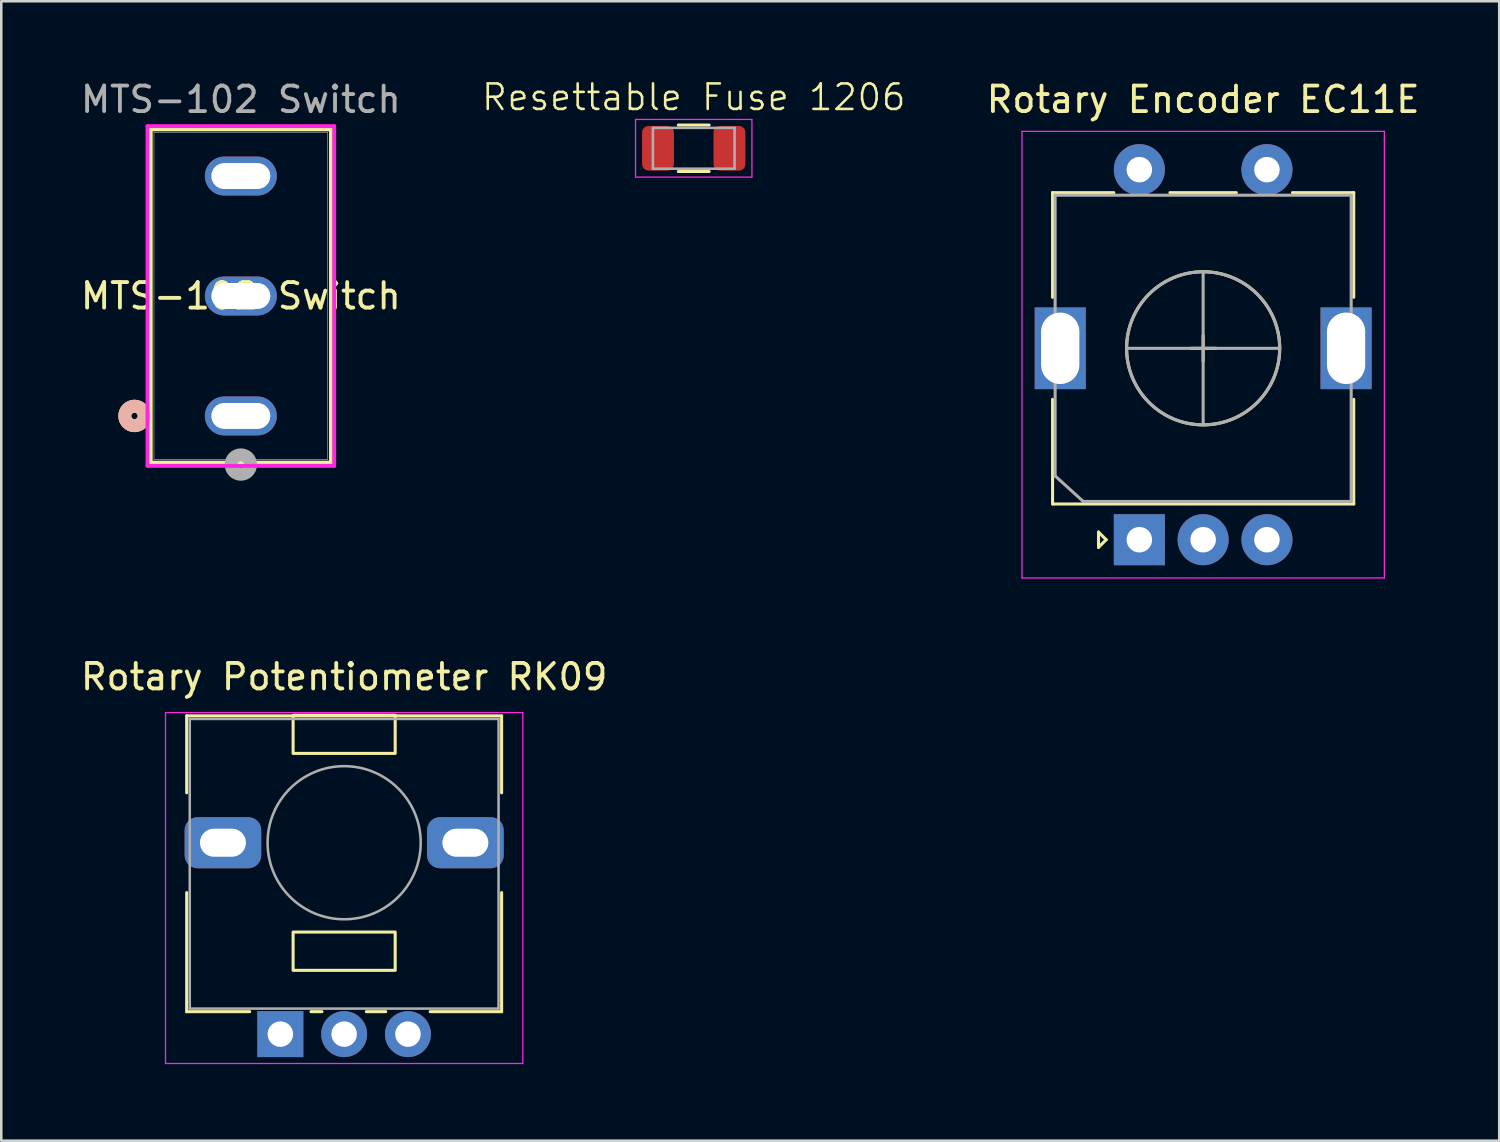
<source format=kicad_pcb>
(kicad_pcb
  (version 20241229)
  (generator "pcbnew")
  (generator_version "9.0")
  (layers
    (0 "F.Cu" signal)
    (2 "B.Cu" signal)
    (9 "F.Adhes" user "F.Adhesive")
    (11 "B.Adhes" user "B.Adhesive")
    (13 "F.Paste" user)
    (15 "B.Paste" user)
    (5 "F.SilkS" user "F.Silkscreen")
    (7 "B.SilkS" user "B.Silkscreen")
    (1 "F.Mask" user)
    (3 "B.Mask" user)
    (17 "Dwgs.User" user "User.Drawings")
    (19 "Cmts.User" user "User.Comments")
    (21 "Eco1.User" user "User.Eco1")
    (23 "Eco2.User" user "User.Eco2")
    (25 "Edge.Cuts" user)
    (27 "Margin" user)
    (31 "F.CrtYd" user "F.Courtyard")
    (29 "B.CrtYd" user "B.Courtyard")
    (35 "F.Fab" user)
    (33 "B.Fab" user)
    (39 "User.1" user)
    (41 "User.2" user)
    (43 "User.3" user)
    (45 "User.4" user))
  (footprint "Rotary Potentiometer RK09"
    (layer "F.Cu")
    (at 10.435 29.971)
    (property "Reference" "Rotary Potentiometer RK09" (at 0 -6.5 0) (layer "F.SilkS") (effects (font (size 1 1) (thickness 0.15))))
    (attr through_hole)
    (fp_line (start -6.17 -4.97) (end 6.17 -4.97) (stroke (width 0.12) (type solid)) (layer "F.SilkS"))
    (fp_line (start -6.17 -1.955) (end -6.17 -4.97) (stroke (width 0.12) (type solid)) (layer "F.SilkS"))
    (fp_line (start -6.17 6.62) (end -6.17 1.954) (stroke (width 0.12) (type solid)) (layer "F.SilkS"))
    (fp_line (start -6.17 6.62) (end -3.7 6.62) (stroke (width 0.12) (type solid)) (layer "F.SilkS"))
    (fp_line (start -1.3 6.62) (end -0.87 6.62) (stroke (width 0.12) (type solid)) (layer "F.SilkS"))
    (fp_line (start 0.871 6.62) (end 1.63 6.62) (stroke (width 0.12) (type solid)) (layer "F.SilkS"))
    (fp_line (start 3.37 6.62) (end 6.17 6.62) (stroke (width 0.12) (type solid)) (layer "F.SilkS"))
    (fp_line (start 6.17 -1.955) (end 6.17 -4.97) (stroke (width 0.12) (type solid)) (layer "F.SilkS"))
    (fp_line (start 6.17 6.62) (end 6.17 1.954) (stroke (width 0.12) (type solid)) (layer "F.SilkS"))
    (fp_rect (start -2 -5) (end 2 -3.5) (stroke (width 0.12) (type solid)) (fill no) (layer "F.SilkS"))
    (fp_rect (start -2 3.5) (end 2 5) (stroke (width 0.12) (type solid)) (fill no) (layer "F.SilkS"))
    (fp_line (start -7 -5.1) (end -7 8.65) (stroke (width 0.05) (type solid)) (layer "F.CrtYd"))
    (fp_line (start -7 8.65) (end 7 8.65) (stroke (width 0.05) (type solid)) (layer "F.CrtYd"))
    (fp_line (start 7 -5.1) (end -7 -5.1) (stroke (width 0.05) (type solid)) (layer "F.CrtYd"))
    (fp_line (start 7 8.65) (end 7 -5.1) (stroke (width 0.05) (type solid)) (layer "F.CrtYd"))
    (fp_line (start -6.05 -4.85) (end -6.05 6.5) (stroke (width 0.1) (type solid)) (layer "F.Fab"))
    (fp_line (start -6.05 6.5) (end 6.05 6.5) (stroke (width 0.1) (type solid)) (layer "F.Fab"))
    (fp_line (start 6.05 -4.85) (end -6.05 -4.85) (stroke (width 0.1) (type solid)) (layer "F.Fab"))
    (fp_line (start 6.05 6.5) (end 6.05 -4.85) (stroke (width 0.1) (type solid)) (layer "F.Fab"))
    (fp_circle (center 0 0) (end 0 -3) (stroke (width 0.1) (type solid)) (fill no) (layer "F.Fab"))
    (pad "1" thru_hole rect (at -2.5 7.5 90) (size 1.8 1.8) (drill 1) (layers "*.Cu" "*.Mask"))
    (pad "2" thru_hole circle (at 0 7.5 90) (size 1.8 1.8) (drill 1) (layers "*.Cu" "*.Mask"))
    (pad "3" thru_hole circle (at 2.5 7.5 90) (size 1.8 1.8) (drill 1) (layers "*.Cu" "*.Mask"))
    (pad "MP" thru_hole roundrect (at -4.75 0 90) (size 2 3) (drill oval 1.1 1.8) (layers "*.Cu" "*.Mask") (roundrect_rratio 0.25))
    (pad "MP" thru_hole roundrect (at 4.75 0 90) (size 2 3) (drill oval 1.1 1.8) (layers "*.Cu" "*.Mask") (roundrect_rratio 0.25))
    (zone (net_name "") (layer "F.Cu") (name "Copper Keep Out") (hatch full 0.508) (connect_pads) (min_thickness 0.254) (filled_areas_thickness no) (keepout (tracks not_allowed) (vias not_allowed) (pads not_allowed) (copperpour not_allowed) (footprints not_allowed)) (placement (enabled no)) (fill) (polygon (pts (xy 12.435 25.072) (xy 12.435 26.471) (xy 8.435 26.471) (xy 8.435 25.072))))
    (zone (net_name "") (layer "F.Cu") (name "Copper Keep Out") (hatch full 0.508) (connect_pads) (min_thickness 0.254) (filled_areas_thickness no) (keepout (tracks not_allowed) (vias not_allowed) (pads not_allowed) (copperpour not_allowed) (footprints not_allowed)) (placement (enabled no)) (fill) (polygon (pts (xy 12.435 33.471) (xy 12.435 34.971) (xy 8.435 34.971) (xy 8.435 33.471)))))
  (footprint "Rotary Encoder EC11E"
    (layer "F.Cu")
    (at 44.094 10.598)
    (property "Reference" "Rotary Encoder EC11E" (at 0 -9.75 180) (layer "F.SilkS") (effects (font (size 1 1) (thickness 0.15))))
    (attr through_hole)
    (fp_line (start -5.9 -6.1) (end -3.5 -6.1) (stroke (width 0.12) (type solid)) (layer "F.SilkS"))
    (fp_line (start -5.9 -2) (end -5.9 -6.1) (stroke (width 0.12) (type solid)) (layer "F.SilkS"))
    (fp_line (start -5.9 2) (end -5.9 6.1) (stroke (width 0.12) (type solid)) (layer "F.SilkS"))
    (fp_line (start -5.9 6.1) (end 5.9 6.1) (stroke (width 0.12) (type solid)) (layer "F.SilkS"))
    (fp_line (start -4.1 7.2) (end -3.8 7.5) (stroke (width 0.12) (type solid)) (layer "F.SilkS"))
    (fp_line (start -4.1 7.8) (end -4.1 7.2) (stroke (width 0.12) (type solid)) (layer "F.SilkS"))
    (fp_line (start -3.8 7.5) (end -4.1 7.8) (stroke (width 0.12) (type solid)) (layer "F.SilkS"))
    (fp_line (start -1.3 -6.1) (end 1.3 -6.1) (stroke (width 0.12) (type solid)) (layer "F.SilkS"))
    (fp_line (start -0.5 0) (end 0.5 0) (stroke (width 0.12) (type solid)) (layer "F.SilkS"))
    (fp_line (start 0 0.5) (end 0 -0.5) (stroke (width 0.12) (type solid)) (layer "F.SilkS"))
    (fp_line (start 3.5 -6.1) (end 5.9 -6.1) (stroke (width 0.12) (type solid)) (layer "F.SilkS"))
    (fp_line (start 5.9 -6.1) (end 5.9 -2) (stroke (width 0.12) (type solid)) (layer "F.SilkS"))
    (fp_line (start 5.9 2) (end 5.9 6.1) (stroke (width 0.12) (type solid)) (layer "F.SilkS"))
    (fp_circle (center 0 0) (end 0 -3) (stroke (width 0.12) (type solid)) (fill no) (layer "F.SilkS"))
    (fp_line (start -7.1 9) (end -7.1 -8.5) (stroke (width 0.05) (type solid)) (layer "F.CrtYd"))
    (fp_line (start -7.1 9) (end 7.1 9) (stroke (width 0.05) (type solid)) (layer "F.CrtYd"))
    (fp_line (start 7.1 -8.5) (end -7.1 -8.5) (stroke (width 0.05) (type solid)) (layer "F.CrtYd"))
    (fp_line (start 7.1 -8.5) (end 7.1 9) (stroke (width 0.05) (type solid)) (layer "F.CrtYd"))
    (fp_line (start -5.8 -6) (end 5.8 -6) (stroke (width 0.12) (type solid)) (layer "F.Fab"))
    (fp_line (start -5.8 5) (end -5.8 -6) (stroke (width 0.12) (type solid)) (layer "F.Fab"))
    (fp_line (start -4.7 6) (end -5.8 5) (stroke (width 0.12) (type solid)) (layer "F.Fab"))
    (fp_line (start -3 0) (end 3 0) (stroke (width 0.12) (type solid)) (layer "F.Fab"))
    (fp_line (start 0 3) (end 0 -3) (stroke (width 0.12) (type solid)) (layer "F.Fab"))
    (fp_line (start 5.8 -6) (end 5.8 6) (stroke (width 0.12) (type solid)) (layer "F.Fab"))
    (fp_line (start 5.8 6) (end -4.7 6) (stroke (width 0.12) (type solid)) (layer "F.Fab"))
    (fp_circle (center 0 0) (end 0 -3) (stroke (width 0.12) (type solid)) (fill no) (layer "F.Fab"))
    (pad "1" thru_hole rect (at -2.5 7.5 90) (size 2 2) (drill 1) (layers "*.Cu" "*.Mask"))
    (pad "2" thru_hole circle (at 0 7.5 90) (size 2 2) (drill 1) (layers "*.Cu" "*.Mask"))
    (pad "3" thru_hole circle (at 2.5 7.5 90) (size 2 2) (drill 1) (layers "*.Cu" "*.Mask"))
    (pad "4" thru_hole circle (at -2.5 -7 90) (size 2 2) (drill 1) (layers "*.Cu" "*.Mask"))
    (pad "5" thru_hole circle (at 2.5 -7 90) (size 2 2) (drill 1) (layers "*.Cu" "*.Mask"))
    (pad "MP" thru_hole rect (at -5.6 0 90) (size 3.2 2) (drill oval 2.8 1.5) (layers "*.Cu" "*.Mask"))
    (pad "MP" thru_hole rect (at 5.6 0 90) (size 3.2 2) (drill oval 2.8 1.5) (layers "*.Cu" "*.Mask")))
  (footprint "Resettable Fuse 1206"
    (layer "F.Cu")
    (at 24.133 2.76)
    (property "Reference" "Resettable Fuse 1206" (at 0 -2 0) (unlocked yes) (layer "F.SilkS") (effects (font (size 1 1) (thickness 0.1))))
    (attr smd)
    (fp_line (start -0.602 -0.91) (end 0.602 -0.91) (stroke (width 0.12) (type solid)) (layer "F.SilkS"))
    (fp_line (start -0.602 0.91) (end 0.602 0.91) (stroke (width 0.12) (type solid)) (layer "F.SilkS"))
    (fp_line (start -2.28 -1.13) (end 2.28 -1.13) (stroke (width 0.05) (type solid)) (layer "F.CrtYd"))
    (fp_line (start -2.28 1.13) (end -2.28 -1.13) (stroke (width 0.05) (type solid)) (layer "F.CrtYd"))
    (fp_line (start 2.28 -1.13) (end 2.28 1.13) (stroke (width 0.05) (type solid)) (layer "F.CrtYd"))
    (fp_line (start 2.28 1.13) (end -2.28 1.13) (stroke (width 0.05) (type solid)) (layer "F.CrtYd"))
    (fp_line (start -1.6 -0.8) (end 1.6 -0.8) (stroke (width 0.1) (type solid)) (layer "F.Fab"))
    (fp_line (start -1.6 0.8) (end -1.6 -0.8) (stroke (width 0.1) (type solid)) (layer "F.Fab"))
    (fp_line (start 1.6 -0.8) (end 1.6 0.8) (stroke (width 0.1) (type solid)) (layer "F.Fab"))
    (fp_line (start 1.6 0.8) (end -1.6 0.8) (stroke (width 0.1) (type solid)) (layer "F.Fab"))
    (pad "1" smd roundrect (at -1.4 0) (size 1.25 1.75) (layers "F.Cu" "F.Mask" "F.Paste") (roundrect_rratio 0.2))
    (pad "2" smd roundrect (at 1.4 0) (size 1.25 1.75) (layers "F.Cu" "F.Mask" "F.Paste") (roundrect_rratio 0.2)))
  (footprint "MTS-102 Switch"
    (layer "F.Cu")
    (at 6.387 13.248)
    (property "Reference" "MTS-102 Switch" (at 0 -4.7 0) (unlocked yes) (layer "F.SilkS") (effects (font (size 1 1) (thickness 0.15))))
    (attr through_hole)
    (fp_line (start -3.531 -11.228) (end -3.531 1.828) (stroke (width 0.152) (type solid)) (layer "F.SilkS"))
    (fp_line (start -3.531 1.828) (end 3.531 1.828) (stroke (width 0.152) (type solid)) (layer "F.SilkS"))
    (fp_line (start 3.531 -11.228) (end -3.531 -11.228) (stroke (width 0.152) (type solid)) (layer "F.SilkS"))
    (fp_line (start 3.531 1.828) (end 3.531 -11.228) (stroke (width 0.152) (type solid)) (layer "F.SilkS"))
    (fp_circle (center -4.166 0) (end -3.785 0) (stroke (width 0.508) (type solid)) (fill no) (layer "F.SilkS"))
    (fp_circle (center -4.166 0) (end -3.785 0) (stroke (width 0.508) (type solid)) (fill no) (layer "B.SilkS"))
    (fp_line (start -3.658 -11.355) (end -3.658 1.955) (stroke (width 0.152) (type solid)) (layer "F.CrtYd"))
    (fp_line (start -3.658 1.955) (end 3.658 1.955) (stroke (width 0.152) (type solid)) (layer "F.CrtYd"))
    (fp_line (start 3.658 -11.355) (end -3.658 -11.355) (stroke (width 0.152) (type solid)) (layer "F.CrtYd"))
    (fp_line (start 3.658 1.955) (end 3.658 -11.355) (stroke (width 0.152) (type solid)) (layer "F.CrtYd"))
    (fp_line (start -3.404 -11.101) (end -3.404 1.701) (stroke (width 0.025) (type solid)) (layer "F.Fab"))
    (fp_line (start -3.404 1.701) (end 3.404 1.701) (stroke (width 0.025) (type solid)) (layer "F.Fab"))
    (fp_line (start 3.404 -11.101) (end -3.404 -11.101) (stroke (width 0.025) (type solid)) (layer "F.Fab"))
    (fp_line (start 3.404 1.701) (end 3.404 -11.101) (stroke (width 0.025) (type solid)) (layer "F.Fab"))
    (fp_circle (center 0 1.905) (end 0.381 1.905) (stroke (width 0.508) (type solid)) (fill no) (layer "F.Fab"))
    (fp_text user "${REFERENCE}" (at 0 -12.4 0) (unlocked yes) (layer "F.Fab") (effects (font (size 1 1) (thickness 0.15))))
    (pad "" np_thru_hole oval (at 0 -9.4) (size 2.819 1.524) (drill oval 2.311 1.016) (layers "*.Cu" "*.Mask"))
    (pad "" np_thru_hole oval (at 0 -4.7) (size 2.819 1.524) (drill oval 2.311 1.016) (layers "*.Cu" "*.Mask"))
    (pad "" np_thru_hole oval (at 0 0) (size 2.819 1.524) (drill oval 2.311 1.016) (layers "*.Cu" "*.Mask")))
  (gr_rect
    (start -3 -3)
    (end 55.695 41.647)
    (stroke (width 0.1) (type default))
    (fill no)
    (layer "Edge.Cuts")))
</source>
